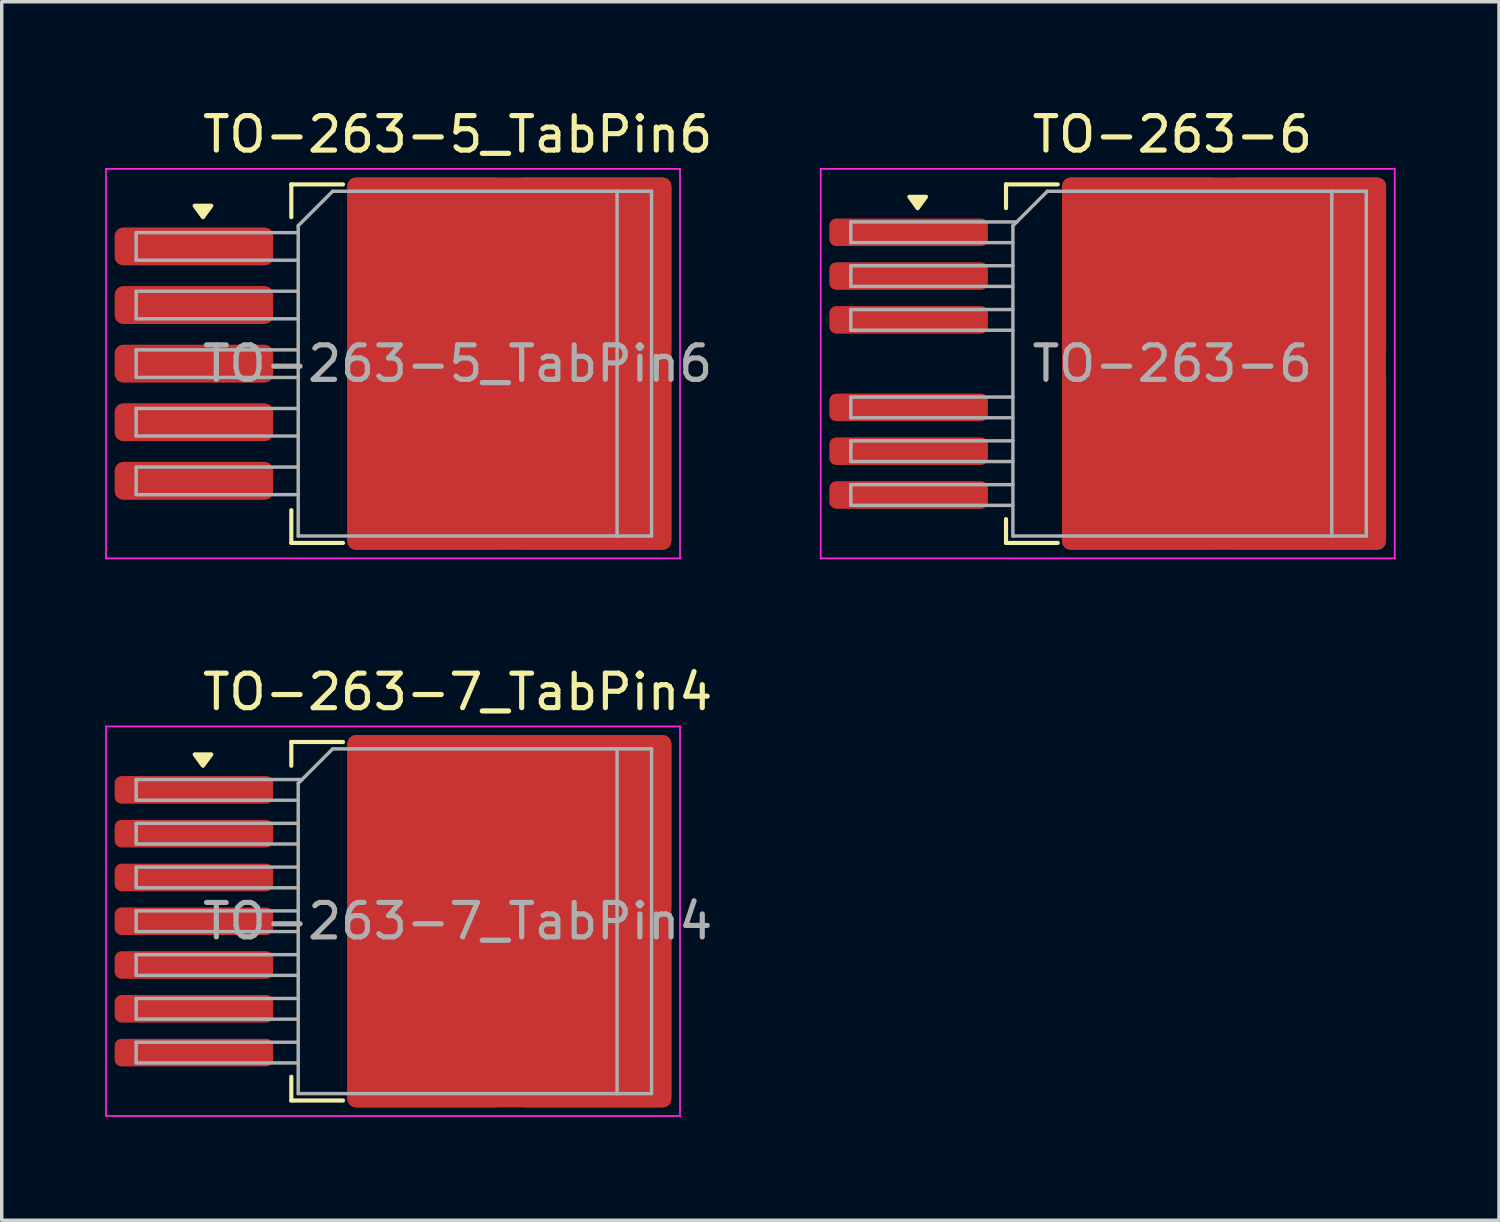
<source format=kicad_pcb>
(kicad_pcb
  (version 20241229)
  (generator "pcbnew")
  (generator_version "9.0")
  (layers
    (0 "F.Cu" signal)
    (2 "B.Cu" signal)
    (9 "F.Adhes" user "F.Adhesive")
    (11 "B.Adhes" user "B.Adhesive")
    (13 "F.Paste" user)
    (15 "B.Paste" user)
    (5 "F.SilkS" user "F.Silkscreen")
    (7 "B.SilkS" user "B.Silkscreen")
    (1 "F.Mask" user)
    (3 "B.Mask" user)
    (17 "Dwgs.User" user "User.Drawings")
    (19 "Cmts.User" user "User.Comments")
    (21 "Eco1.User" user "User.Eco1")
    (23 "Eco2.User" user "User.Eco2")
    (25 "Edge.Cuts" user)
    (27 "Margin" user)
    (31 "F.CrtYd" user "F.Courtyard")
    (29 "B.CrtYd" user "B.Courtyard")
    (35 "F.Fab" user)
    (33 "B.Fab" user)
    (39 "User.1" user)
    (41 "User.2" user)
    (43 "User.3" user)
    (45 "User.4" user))
  (footprint "TO-263-6"
    (layer "F.Cu")
    (at 30.956 7.498)
    (property "Reference" "TO-263-6" (at 0 -6.65 0) (layer "F.SilkS") (effects (font (size 1 1) (thickness 0.15))))
    (attr smd)
    (fp_line (start -4.825 -5.2) (end -4.825 -4.51) (stroke (width 0.12) (type solid)) (layer "F.SilkS"))
    (fp_line (start -4.825 5.2) (end -4.825 4.51) (stroke (width 0.12) (type solid)) (layer "F.SilkS"))
    (fp_line (start -3.325 -5.2) (end -4.825 -5.2) (stroke (width 0.12) (type solid)) (layer "F.SilkS"))
    (fp_line (start -3.325 5.2) (end -4.825 5.2) (stroke (width 0.12) (type solid)) (layer "F.SilkS"))
    (fp_poly (pts (xy -7.388 -4.51) (xy -7.628 -4.84) (xy -7.147 -4.84) (xy -7.388 -4.51)) (stroke (width 0.12) (type solid)) (fill yes) (layer "F.SilkS"))
    (fp_line (start -10.2 -5.65) (end -10.2 5.65) (stroke (width 0.05) (type solid)) (layer "F.CrtYd"))
    (fp_line (start -10.2 5.65) (end 6.45 5.65) (stroke (width 0.05) (type solid)) (layer "F.CrtYd"))
    (fp_line (start 6.45 -5.65) (end -10.2 -5.65) (stroke (width 0.05) (type solid)) (layer "F.CrtYd"))
    (fp_line (start 6.45 5.65) (end 6.45 -5.65) (stroke (width 0.05) (type solid)) (layer "F.CrtYd"))
    (fp_line (start -9.325 -4.11) (end -9.325 -3.51) (stroke (width 0.1) (type solid)) (layer "F.Fab"))
    (fp_line (start -9.325 -3.51) (end -4.625 -3.51) (stroke (width 0.1) (type solid)) (layer "F.Fab"))
    (fp_line (start -9.325 -2.84) (end -9.325 -2.24) (stroke (width 0.1) (type solid)) (layer "F.Fab"))
    (fp_line (start -9.325 -2.24) (end -4.625 -2.24) (stroke (width 0.1) (type solid)) (layer "F.Fab"))
    (fp_line (start -9.325 -1.57) (end -9.325 -0.97) (stroke (width 0.1) (type solid)) (layer "F.Fab"))
    (fp_line (start -9.325 -0.97) (end -4.625 -0.97) (stroke (width 0.1) (type solid)) (layer "F.Fab"))
    (fp_line (start -9.325 0.97) (end -9.325 1.57) (stroke (width 0.1) (type solid)) (layer "F.Fab"))
    (fp_line (start -9.325 1.57) (end -4.625 1.57) (stroke (width 0.1) (type solid)) (layer "F.Fab"))
    (fp_line (start -9.325 2.24) (end -9.325 2.84) (stroke (width 0.1) (type solid)) (layer "F.Fab"))
    (fp_line (start -9.325 2.84) (end -4.625 2.84) (stroke (width 0.1) (type solid)) (layer "F.Fab"))
    (fp_line (start -9.325 3.51) (end -9.325 4.11) (stroke (width 0.1) (type solid)) (layer "F.Fab"))
    (fp_line (start -9.325 4.11) (end -4.625 4.11) (stroke (width 0.1) (type solid)) (layer "F.Fab"))
    (fp_line (start -4.625 -4) (end -3.625 -5) (stroke (width 0.1) (type solid)) (layer "F.Fab"))
    (fp_line (start -4.625 -2.84) (end -9.325 -2.84) (stroke (width 0.1) (type solid)) (layer "F.Fab"))
    (fp_line (start -4.625 -1.57) (end -9.325 -1.57) (stroke (width 0.1) (type solid)) (layer "F.Fab"))
    (fp_line (start -4.625 0.97) (end -9.325 0.97) (stroke (width 0.1) (type solid)) (layer "F.Fab"))
    (fp_line (start -4.625 2.24) (end -9.325 2.24) (stroke (width 0.1) (type solid)) (layer "F.Fab"))
    (fp_line (start -4.625 3.51) (end -9.325 3.51) (stroke (width 0.1) (type solid)) (layer "F.Fab"))
    (fp_line (start -4.625 5) (end -4.625 -4) (stroke (width 0.1) (type solid)) (layer "F.Fab"))
    (fp_line (start -4.515 -4.11) (end -9.325 -4.11) (stroke (width 0.1) (type solid)) (layer "F.Fab"))
    (fp_line (start -3.625 -5) (end 4.625 -5) (stroke (width 0.1) (type solid)) (layer "F.Fab"))
    (fp_line (start 4.625 -5) (end 4.625 5) (stroke (width 0.1) (type solid)) (layer "F.Fab"))
    (fp_line (start 4.625 -5) (end 5.625 -5) (stroke (width 0.1) (type solid)) (layer "F.Fab"))
    (fp_line (start 4.625 5) (end -4.625 5) (stroke (width 0.1) (type solid)) (layer "F.Fab"))
    (fp_line (start 5.625 -5) (end 5.625 5) (stroke (width 0.1) (type solid)) (layer "F.Fab"))
    (fp_line (start 5.625 5) (end 4.625 5) (stroke (width 0.1) (type solid)) (layer "F.Fab"))
    (fp_text user "${REFERENCE}" (at 0 0 0) (layer "F.Fab") (effects (font (size 1 1) (thickness 0.15))))
    (pad "1" smd roundrect (at -7.65 -3.81) (size 4.6 0.8) (layers "F.Cu" "F.Mask" "F.Paste") (roundrect_rratio 0.25))
    (pad "2" smd roundrect (at -7.65 -2.54) (size 4.6 0.8) (layers "F.Cu" "F.Mask" "F.Paste") (roundrect_rratio 0.25))
    (pad "3" smd roundrect (at -7.65 -1.27) (size 4.6 0.8) (layers "F.Cu" "F.Mask" "F.Paste") (roundrect_rratio 0.25))
    (pad "4" smd roundrect (at -0.925 -2.775) (size 4.55 5.25) (layers "F.Cu" "F.Paste") (roundrect_rratio 0.055))
    (pad "4" smd roundrect (at -0.925 2.775) (size 4.55 5.25) (layers "F.Cu" "F.Paste") (roundrect_rratio 0.055))
    (pad "4" smd roundrect (at 1.5 0) (size 9.4 10.8) (layers "F.Cu" "F.Mask") (roundrect_rratio 0.027))
    (pad "4" smd roundrect (at 3.925 -2.775) (size 4.55 5.25) (layers "F.Cu" "F.Paste") (roundrect_rratio 0.055))
    (pad "4" smd roundrect (at 3.925 2.775) (size 4.55 5.25) (layers "F.Cu" "F.Paste") (roundrect_rratio 0.055))
    (pad "5" smd roundrect (at -7.65 1.27) (size 4.6 0.8) (layers "F.Cu" "F.Mask" "F.Paste") (roundrect_rratio 0.25))
    (pad "6" smd roundrect (at -7.65 2.54) (size 4.6 0.8) (layers "F.Cu" "F.Mask" "F.Paste") (roundrect_rratio 0.25))
    (pad "7" smd roundrect (at -7.65 3.81) (size 4.6 0.8) (layers "F.Cu" "F.Mask" "F.Paste") (roundrect_rratio 0.25)))
  (footprint "TO-263-5_TabPin6"
    (layer "F.Cu")
    (at 10.225 7.498)
    (property "Reference" "TO-263-5_TabPin6" (at 0 -6.65 0) (layer "F.SilkS") (effects (font (size 1 1) (thickness 0.15))))
    (attr smd)
    (fp_line (start -4.825 -5.2) (end -4.825 -4.25) (stroke (width 0.12) (type solid)) (layer "F.SilkS"))
    (fp_line (start -4.825 5.2) (end -4.825 4.25) (stroke (width 0.12) (type solid)) (layer "F.SilkS"))
    (fp_line (start -3.325 -5.2) (end -4.825 -5.2) (stroke (width 0.12) (type solid)) (layer "F.SilkS"))
    (fp_line (start -3.325 5.2) (end -4.825 5.2) (stroke (width 0.12) (type solid)) (layer "F.SilkS"))
    (fp_poly (pts (xy -7.388 -4.25) (xy -7.628 -4.58) (xy -7.147 -4.58) (xy -7.388 -4.25)) (stroke (width 0.12) (type solid)) (fill yes) (layer "F.SilkS"))
    (fp_line (start -10.2 -5.65) (end -10.2 5.65) (stroke (width 0.05) (type solid)) (layer "F.CrtYd"))
    (fp_line (start -10.2 5.65) (end 6.45 5.65) (stroke (width 0.05) (type solid)) (layer "F.CrtYd"))
    (fp_line (start 6.45 -5.65) (end -10.2 -5.65) (stroke (width 0.05) (type solid)) (layer "F.CrtYd"))
    (fp_line (start 6.45 5.65) (end 6.45 -5.65) (stroke (width 0.05) (type solid)) (layer "F.CrtYd"))
    (fp_line (start -9.325 -3.8) (end -9.325 -3) (stroke (width 0.1) (type solid)) (layer "F.Fab"))
    (fp_line (start -9.325 -3) (end -4.625 -3) (stroke (width 0.1) (type solid)) (layer "F.Fab"))
    (fp_line (start -9.325 -2.1) (end -9.325 -1.3) (stroke (width 0.1) (type solid)) (layer "F.Fab"))
    (fp_line (start -9.325 -1.3) (end -4.625 -1.3) (stroke (width 0.1) (type solid)) (layer "F.Fab"))
    (fp_line (start -9.325 -0.4) (end -9.325 0.4) (stroke (width 0.1) (type solid)) (layer "F.Fab"))
    (fp_line (start -9.325 0.4) (end -4.625 0.4) (stroke (width 0.1) (type solid)) (layer "F.Fab"))
    (fp_line (start -9.325 1.3) (end -9.325 2.1) (stroke (width 0.1) (type solid)) (layer "F.Fab"))
    (fp_line (start -9.325 2.1) (end -4.625 2.1) (stroke (width 0.1) (type solid)) (layer "F.Fab"))
    (fp_line (start -9.325 3) (end -9.325 3.8) (stroke (width 0.1) (type solid)) (layer "F.Fab"))
    (fp_line (start -9.325 3.8) (end -4.625 3.8) (stroke (width 0.1) (type solid)) (layer "F.Fab"))
    (fp_line (start -4.625 -4) (end -3.625 -5) (stroke (width 0.1) (type solid)) (layer "F.Fab"))
    (fp_line (start -4.625 -3.8) (end -9.325 -3.8) (stroke (width 0.1) (type solid)) (layer "F.Fab"))
    (fp_line (start -4.625 -2.1) (end -9.325 -2.1) (stroke (width 0.1) (type solid)) (layer "F.Fab"))
    (fp_line (start -4.625 -0.4) (end -9.325 -0.4) (stroke (width 0.1) (type solid)) (layer "F.Fab"))
    (fp_line (start -4.625 1.3) (end -9.325 1.3) (stroke (width 0.1) (type solid)) (layer "F.Fab"))
    (fp_line (start -4.625 3) (end -9.325 3) (stroke (width 0.1) (type solid)) (layer "F.Fab"))
    (fp_line (start -4.625 5) (end -4.625 -4) (stroke (width 0.1) (type solid)) (layer "F.Fab"))
    (fp_line (start -3.625 -5) (end 4.625 -5) (stroke (width 0.1) (type solid)) (layer "F.Fab"))
    (fp_line (start 4.625 -5) (end 4.625 5) (stroke (width 0.1) (type solid)) (layer "F.Fab"))
    (fp_line (start 4.625 -5) (end 5.625 -5) (stroke (width 0.1) (type solid)) (layer "F.Fab"))
    (fp_line (start 4.625 5) (end -4.625 5) (stroke (width 0.1) (type solid)) (layer "F.Fab"))
    (fp_line (start 5.625 -5) (end 5.625 5) (stroke (width 0.1) (type solid)) (layer "F.Fab"))
    (fp_line (start 5.625 5) (end 4.625 5) (stroke (width 0.1) (type solid)) (layer "F.Fab"))
    (fp_text user "${REFERENCE}" (at 0 0 0) (layer "F.Fab") (effects (font (size 1 1) (thickness 0.15))))
    (pad "1" smd roundrect (at -7.65 -3.4) (size 4.6 1.1) (layers "F.Cu" "F.Mask" "F.Paste") (roundrect_rratio 0.227))
    (pad "2" smd roundrect (at -7.65 -1.7) (size 4.6 1.1) (layers "F.Cu" "F.Mask" "F.Paste") (roundrect_rratio 0.227))
    (pad "3" smd roundrect (at -7.65 0) (size 4.6 1.1) (layers "F.Cu" "F.Mask" "F.Paste") (roundrect_rratio 0.227))
    (pad "4" smd roundrect (at -7.65 1.7) (size 4.6 1.1) (layers "F.Cu" "F.Mask" "F.Paste") (roundrect_rratio 0.227))
    (pad "5" smd roundrect (at -7.65 3.4) (size 4.6 1.1) (layers "F.Cu" "F.Mask" "F.Paste") (roundrect_rratio 0.227))
    (pad "6" smd roundrect (at -0.925 -2.775) (size 4.55 5.25) (layers "F.Cu" "F.Paste") (roundrect_rratio 0.055))
    (pad "6" smd roundrect (at -0.925 2.775) (size 4.55 5.25) (layers "F.Cu" "F.Paste") (roundrect_rratio 0.055))
    (pad "6" smd roundrect (at 1.5 0) (size 9.4 10.8) (layers "F.Cu" "F.Mask") (roundrect_rratio 0.027))
    (pad "6" smd roundrect (at 3.925 -2.775) (size 4.55 5.25) (layers "F.Cu" "F.Paste") (roundrect_rratio 0.055))
    (pad "6" smd roundrect (at 3.925 2.775) (size 4.55 5.25) (layers "F.Cu" "F.Paste") (roundrect_rratio 0.055)))
  (footprint "TO-263-7_TabPin4"
    (layer "F.Cu")
    (at 10.225 23.672)
    (property "Reference" "TO-263-7_TabPin4" (at 0 -6.65 0) (layer "F.SilkS") (effects (font (size 1 1) (thickness 0.15))))
    (attr smd)
    (fp_line (start -4.825 -5.2) (end -4.825 -4.51) (stroke (width 0.12) (type solid)) (layer "F.SilkS"))
    (fp_line (start -4.825 5.2) (end -4.825 4.51) (stroke (width 0.12) (type solid)) (layer "F.SilkS"))
    (fp_line (start -3.325 -5.2) (end -4.825 -5.2) (stroke (width 0.12) (type solid)) (layer "F.SilkS"))
    (fp_line (start -3.325 5.2) (end -4.825 5.2) (stroke (width 0.12) (type solid)) (layer "F.SilkS"))
    (fp_poly (pts (xy -7.388 -4.51) (xy -7.628 -4.84) (xy -7.147 -4.84) (xy -7.388 -4.51)) (stroke (width 0.12) (type solid)) (fill yes) (layer "F.SilkS"))
    (fp_line (start -10.2 -5.65) (end -10.2 5.65) (stroke (width 0.05) (type solid)) (layer "F.CrtYd"))
    (fp_line (start -10.2 5.65) (end 6.45 5.65) (stroke (width 0.05) (type solid)) (layer "F.CrtYd"))
    (fp_line (start 6.45 -5.65) (end -10.2 -5.65) (stroke (width 0.05) (type solid)) (layer "F.CrtYd"))
    (fp_line (start 6.45 5.65) (end 6.45 -5.65) (stroke (width 0.05) (type solid)) (layer "F.CrtYd"))
    (fp_line (start -9.325 -4.11) (end -9.325 -3.51) (stroke (width 0.1) (type solid)) (layer "F.Fab"))
    (fp_line (start -9.325 -3.51) (end -4.625 -3.51) (stroke (width 0.1) (type solid)) (layer "F.Fab"))
    (fp_line (start -9.325 -2.84) (end -9.325 -2.24) (stroke (width 0.1) (type solid)) (layer "F.Fab"))
    (fp_line (start -9.325 -2.24) (end -4.625 -2.24) (stroke (width 0.1) (type solid)) (layer "F.Fab"))
    (fp_line (start -9.325 -1.57) (end -9.325 -0.97) (stroke (width 0.1) (type solid)) (layer "F.Fab"))
    (fp_line (start -9.325 -0.97) (end -4.625 -0.97) (stroke (width 0.1) (type solid)) (layer "F.Fab"))
    (fp_line (start -9.325 -0.3) (end -9.325 0.3) (stroke (width 0.1) (type solid)) (layer "F.Fab"))
    (fp_line (start -9.325 0.3) (end -4.625 0.3) (stroke (width 0.1) (type solid)) (layer "F.Fab"))
    (fp_line (start -9.325 0.97) (end -9.325 1.57) (stroke (width 0.1) (type solid)) (layer "F.Fab"))
    (fp_line (start -9.325 1.57) (end -4.625 1.57) (stroke (width 0.1) (type solid)) (layer "F.Fab"))
    (fp_line (start -9.325 2.24) (end -9.325 2.84) (stroke (width 0.1) (type solid)) (layer "F.Fab"))
    (fp_line (start -9.325 2.84) (end -4.625 2.84) (stroke (width 0.1) (type solid)) (layer "F.Fab"))
    (fp_line (start -9.325 3.51) (end -9.325 4.11) (stroke (width 0.1) (type solid)) (layer "F.Fab"))
    (fp_line (start -9.325 4.11) (end -4.625 4.11) (stroke (width 0.1) (type solid)) (layer "F.Fab"))
    (fp_line (start -4.625 -4) (end -3.625 -5) (stroke (width 0.1) (type solid)) (layer "F.Fab"))
    (fp_line (start -4.625 -2.84) (end -9.325 -2.84) (stroke (width 0.1) (type solid)) (layer "F.Fab"))
    (fp_line (start -4.625 -1.57) (end -9.325 -1.57) (stroke (width 0.1) (type solid)) (layer "F.Fab"))
    (fp_line (start -4.625 -0.3) (end -9.325 -0.3) (stroke (width 0.1) (type solid)) (layer "F.Fab"))
    (fp_line (start -4.625 0.97) (end -9.325 0.97) (stroke (width 0.1) (type solid)) (layer "F.Fab"))
    (fp_line (start -4.625 2.24) (end -9.325 2.24) (stroke (width 0.1) (type solid)) (layer "F.Fab"))
    (fp_line (start -4.625 3.51) (end -9.325 3.51) (stroke (width 0.1) (type solid)) (layer "F.Fab"))
    (fp_line (start -4.625 5) (end -4.625 -4) (stroke (width 0.1) (type solid)) (layer "F.Fab"))
    (fp_line (start -4.515 -4.11) (end -9.325 -4.11) (stroke (width 0.1) (type solid)) (layer "F.Fab"))
    (fp_line (start -3.625 -5) (end 4.625 -5) (stroke (width 0.1) (type solid)) (layer "F.Fab"))
    (fp_line (start 4.625 -5) (end 4.625 5) (stroke (width 0.1) (type solid)) (layer "F.Fab"))
    (fp_line (start 4.625 -5) (end 5.625 -5) (stroke (width 0.1) (type solid)) (layer "F.Fab"))
    (fp_line (start 4.625 5) (end -4.625 5) (stroke (width 0.1) (type solid)) (layer "F.Fab"))
    (fp_line (start 5.625 -5) (end 5.625 5) (stroke (width 0.1) (type solid)) (layer "F.Fab"))
    (fp_line (start 5.625 5) (end 4.625 5) (stroke (width 0.1) (type solid)) (layer "F.Fab"))
    (fp_text user "${REFERENCE}" (at 0 0 0) (layer "F.Fab") (effects (font (size 1 1) (thickness 0.15))))
    (pad "1" smd roundrect (at -7.65 -3.81) (size 4.6 0.8) (layers "F.Cu" "F.Mask" "F.Paste") (roundrect_rratio 0.25))
    (pad "2" smd roundrect (at -7.65 -2.54) (size 4.6 0.8) (layers "F.Cu" "F.Mask" "F.Paste") (roundrect_rratio 0.25))
    (pad "3" smd roundrect (at -7.65 -1.27) (size 4.6 0.8) (layers "F.Cu" "F.Mask" "F.Paste") (roundrect_rratio 0.25))
    (pad "4" smd roundrect (at -7.65 0) (size 4.6 0.8) (layers "F.Cu" "F.Mask" "F.Paste") (roundrect_rratio 0.25))
    (pad "4" smd roundrect (at -0.925 -2.775) (size 4.55 5.25) (layers "F.Cu" "F.Paste") (roundrect_rratio 0.055))
    (pad "4" smd roundrect (at -0.925 2.775) (size 4.55 5.25) (layers "F.Cu" "F.Paste") (roundrect_rratio 0.055))
    (pad "4" smd roundrect (at 1.5 0) (size 9.4 10.8) (layers "F.Cu" "F.Mask") (roundrect_rratio 0.027))
    (pad "4" smd roundrect (at 3.925 -2.775) (size 4.55 5.25) (layers "F.Cu" "F.Paste") (roundrect_rratio 0.055))
    (pad "4" smd roundrect (at 3.925 2.775) (size 4.55 5.25) (layers "F.Cu" "F.Paste") (roundrect_rratio 0.055))
    (pad "5" smd roundrect (at -7.65 1.27) (size 4.6 0.8) (layers "F.Cu" "F.Mask" "F.Paste") (roundrect_rratio 0.25))
    (pad "6" smd roundrect (at -7.65 2.54) (size 4.6 0.8) (layers "F.Cu" "F.Mask" "F.Paste") (roundrect_rratio 0.25))
    (pad "7" smd roundrect (at -7.65 3.81) (size 4.6 0.8) (layers "F.Cu" "F.Mask" "F.Paste") (roundrect_rratio 0.25)))
  (gr_rect
    (start -3 -3)
    (end 40.431 32.346)
    (stroke (width 0.1) (type default))
    (fill no)
    (layer "Edge.Cuts")))
</source>
